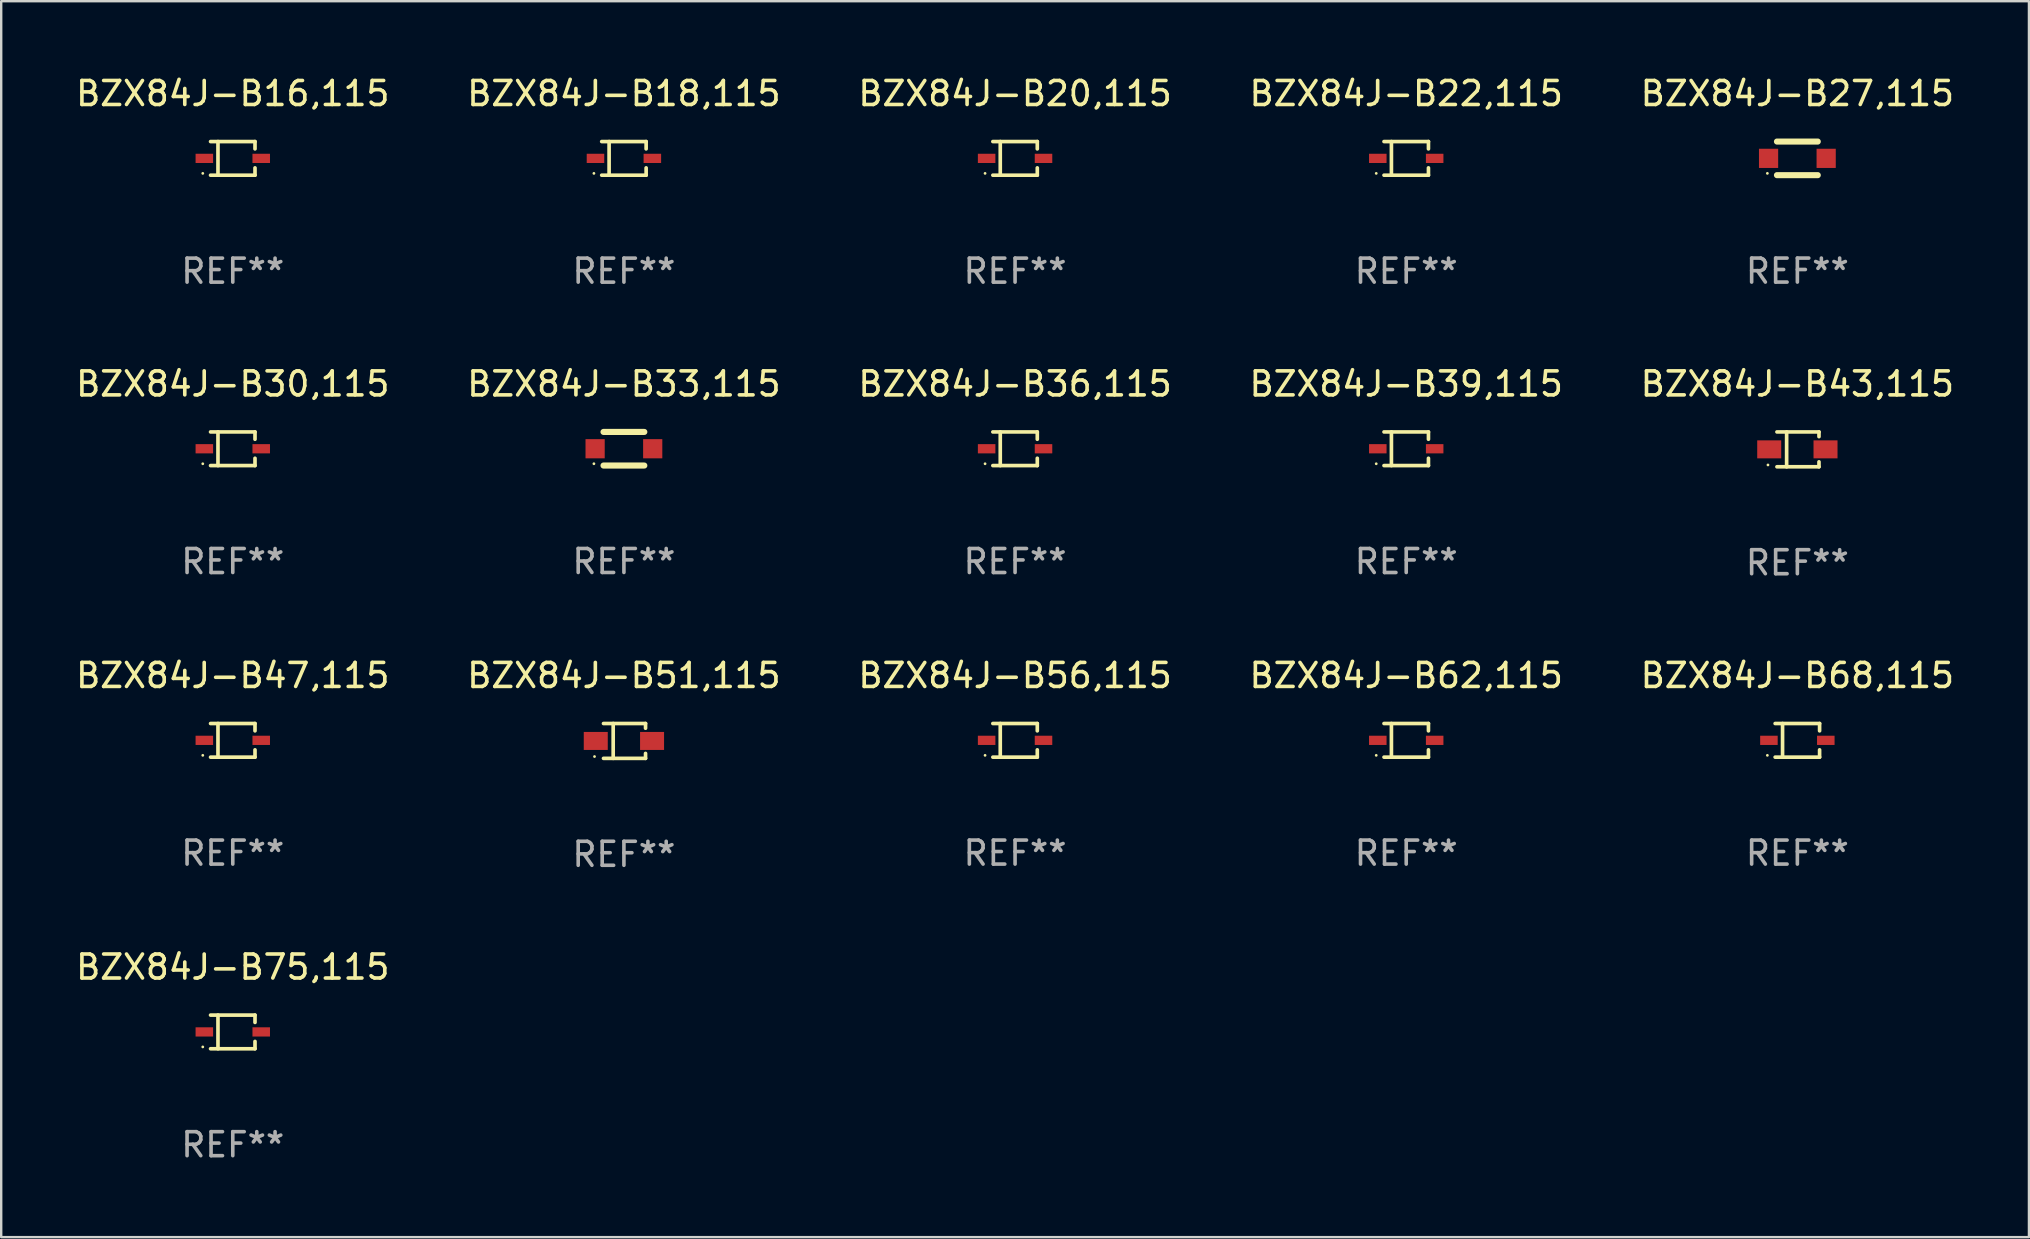
<source format=kicad_pcb>
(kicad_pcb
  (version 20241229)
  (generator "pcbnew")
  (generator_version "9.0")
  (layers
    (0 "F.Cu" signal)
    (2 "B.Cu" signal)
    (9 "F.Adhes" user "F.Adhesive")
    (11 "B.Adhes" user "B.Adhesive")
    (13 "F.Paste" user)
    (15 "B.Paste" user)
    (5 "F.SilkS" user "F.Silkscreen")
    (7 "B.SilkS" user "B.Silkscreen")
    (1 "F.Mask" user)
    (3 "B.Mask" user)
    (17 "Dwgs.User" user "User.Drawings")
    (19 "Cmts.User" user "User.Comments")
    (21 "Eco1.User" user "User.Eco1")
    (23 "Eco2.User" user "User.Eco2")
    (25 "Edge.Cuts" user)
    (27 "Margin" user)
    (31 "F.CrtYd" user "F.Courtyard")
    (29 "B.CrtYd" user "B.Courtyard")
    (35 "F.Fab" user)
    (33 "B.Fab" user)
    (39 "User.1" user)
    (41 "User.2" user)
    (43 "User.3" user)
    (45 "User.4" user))
  (footprint "BZX84J-B47,115"
    (layer "F.Cu")
    (at 6.649 27.797)
    (property "Reference" "BZX84J-B47,115" (at 0 -2.701 0) (layer "F.SilkS") (effects (font (size 1 1) (thickness 0.15))))
    (attr through_hole)
    (fp_line (start -0.926 -0.701) (end 0.926 -0.701) (stroke (width 0.152) (type solid)) (layer "F.SilkS"))
    (fp_line (start -0.926 0.701) (end 0.926 0.701) (stroke (width 0.152) (type solid)) (layer "F.SilkS"))
    (fp_line (start -0.617 -0.701) (end -0.617 0.701) (stroke (width 0.152) (type solid)) (layer "F.SilkS"))
    (fp_line (start 0.926 -0.701) (end 0.926 -0.396) (stroke (width 0.152) (type solid)) (layer "F.SilkS"))
    (fp_line (start 0.926 0.701) (end 0.926 0.396) (stroke (width 0.152) (type solid)) (layer "F.SilkS"))
    (fp_circle (center -1.25 0.625) (end -1.22 0.625) (stroke (width 0.06) (type solid)) (fill no) (layer "F.SilkS"))
    (fp_text user "REF**" (at 0 4.701 0) (layer "F.Fab") (effects (font (size 1 1) (thickness 0.15))))
    (pad "1" smd rect (at -1.185 0 180) (size 0.73 0.385) (layers "F.Cu" "F.Mask" "F.Paste"))
    (pad "2" smd rect (at 1.185 0 180) (size 0.73 0.385) (layers "F.Cu" "F.Mask" "F.Paste")))
  (footprint "BZX84J-B43,115"
    (layer "F.Cu")
    (at 71.839 15.673)
    (property "Reference" "BZX84J-B43,115" (at 0 -2.726 0) (layer "F.SilkS") (effects (font (size 1 1) (thickness 0.15))))
    (attr through_hole)
    (fp_line (start -0.851 -0.726) (end 0.901 -0.726) (stroke (width 0.152) (type solid)) (layer "F.SilkS"))
    (fp_line (start -0.851 0.726) (end 0.901 0.726) (stroke (width 0.152) (type solid)) (layer "F.SilkS"))
    (fp_line (start -0.447 -0.726) (end -0.447 0.726) (stroke (width 0.152) (type solid)) (layer "F.SilkS"))
    (fp_line (start 0.901 -0.726) (end 0.901 -0.53) (stroke (width 0.152) (type solid)) (layer "F.SilkS"))
    (fp_line (start 0.901 0.726) (end 0.901 0.52) (stroke (width 0.152) (type solid)) (layer "F.SilkS"))
    (fp_circle (center -1.225 0.65) (end -1.195 0.65) (stroke (width 0.06) (type solid)) (fill no) (layer "F.SilkS"))
    (fp_text user "REF**" (at 0 4.726 0) (layer "F.Fab") (effects (font (size 1 1) (thickness 0.15))))
    (pad "1" smd rect (at -1.173 0) (size 1 0.75) (layers "F.Cu" "F.Mask" "F.Paste"))
    (pad "2" smd rect (at 1.173 0) (size 1 0.75) (layers "F.Cu" "F.Mask" "F.Paste")))
  (footprint "BZX84J-B22,115"
    (layer "F.Cu")
    (at 55.542 3.549)
    (property "Reference" "BZX84J-B22,115" (at 0 -2.701 0) (layer "F.SilkS") (effects (font (size 1 1) (thickness 0.15))))
    (attr through_hole)
    (fp_line (start -0.926 -0.701) (end 0.926 -0.701) (stroke (width 0.152) (type solid)) (layer "F.SilkS"))
    (fp_line (start -0.926 0.701) (end 0.926 0.701) (stroke (width 0.152) (type solid)) (layer "F.SilkS"))
    (fp_line (start -0.617 -0.701) (end -0.617 0.701) (stroke (width 0.152) (type solid)) (layer "F.SilkS"))
    (fp_line (start 0.926 -0.701) (end 0.926 -0.396) (stroke (width 0.152) (type solid)) (layer "F.SilkS"))
    (fp_line (start 0.926 0.701) (end 0.926 0.396) (stroke (width 0.152) (type solid)) (layer "F.SilkS"))
    (fp_circle (center -1.25 0.625) (end -1.22 0.625) (stroke (width 0.06) (type solid)) (fill no) (layer "F.SilkS"))
    (fp_text user "REF**" (at 0 4.701 0) (layer "F.Fab") (effects (font (size 1 1) (thickness 0.15))))
    (pad "1" smd rect (at -1.185 0 180) (size 0.73 0.385) (layers "F.Cu" "F.Mask" "F.Paste"))
    (pad "2" smd rect (at 1.185 0 180) (size 0.73 0.385) (layers "F.Cu" "F.Mask" "F.Paste")))
  (footprint "BZX84J-B20,115"
    (layer "F.Cu")
    (at 39.244 3.549)
    (property "Reference" "BZX84J-B20,115" (at 0 -2.701 0) (layer "F.SilkS") (effects (font (size 1 1) (thickness 0.15))))
    (attr through_hole)
    (fp_line (start -0.926 -0.701) (end 0.926 -0.701) (stroke (width 0.152) (type solid)) (layer "F.SilkS"))
    (fp_line (start -0.926 0.701) (end 0.926 0.701) (stroke (width 0.152) (type solid)) (layer "F.SilkS"))
    (fp_line (start -0.617 -0.701) (end -0.617 0.701) (stroke (width 0.152) (type solid)) (layer "F.SilkS"))
    (fp_line (start 0.926 -0.701) (end 0.926 -0.396) (stroke (width 0.152) (type solid)) (layer "F.SilkS"))
    (fp_line (start 0.926 0.701) (end 0.926 0.396) (stroke (width 0.152) (type solid)) (layer "F.SilkS"))
    (fp_circle (center -1.25 0.625) (end -1.22 0.625) (stroke (width 0.06) (type solid)) (fill no) (layer "F.SilkS"))
    (fp_text user "REF**" (at 0 4.701 0) (layer "F.Fab") (effects (font (size 1 1) (thickness 0.15))))
    (pad "1" smd rect (at -1.185 0 180) (size 0.73 0.385) (layers "F.Cu" "F.Mask" "F.Paste"))
    (pad "2" smd rect (at 1.185 0 180) (size 0.73 0.385) (layers "F.Cu" "F.Mask" "F.Paste")))
  (footprint "BZX84J-B36,115"
    (layer "F.Cu")
    (at 39.244 15.648)
    (property "Reference" "BZX84J-B36,115" (at 0 -2.701 0) (layer "F.SilkS") (effects (font (size 1 1) (thickness 0.15))))
    (attr through_hole)
    (fp_line (start -0.926 -0.701) (end 0.926 -0.701) (stroke (width 0.152) (type solid)) (layer "F.SilkS"))
    (fp_line (start -0.926 0.701) (end 0.926 0.701) (stroke (width 0.152) (type solid)) (layer "F.SilkS"))
    (fp_line (start -0.617 -0.701) (end -0.617 0.701) (stroke (width 0.152) (type solid)) (layer "F.SilkS"))
    (fp_line (start 0.926 -0.701) (end 0.926 -0.396) (stroke (width 0.152) (type solid)) (layer "F.SilkS"))
    (fp_line (start 0.926 0.701) (end 0.926 0.396) (stroke (width 0.152) (type solid)) (layer "F.SilkS"))
    (fp_circle (center -1.25 0.625) (end -1.22 0.625) (stroke (width 0.06) (type solid)) (fill no) (layer "F.SilkS"))
    (fp_text user "REF**" (at 0 4.701 0) (layer "F.Fab") (effects (font (size 1 1) (thickness 0.15))))
    (pad "1" smd rect (at -1.185 0 180) (size 0.73 0.385) (layers "F.Cu" "F.Mask" "F.Paste"))
    (pad "2" smd rect (at 1.185 0 180) (size 0.73 0.385) (layers "F.Cu" "F.Mask" "F.Paste")))
  (footprint "BZX84J-B33,115"
    (layer "F.Cu")
    (at 22.946 15.647)
    (property "Reference" "BZX84J-B33,115" (at 0 -2.7 0) (layer "F.SilkS") (effects (font (size 1 1) (thickness 0.15))))
    (attr through_hole)
    (fp_line (start -0.85 -0.7) (end 0.85 -0.7) (stroke (width 0.254) (type solid)) (layer "F.SilkS"))
    (fp_line (start -0.85 0.7) (end 0.85 0.7) (stroke (width 0.254) (type solid)) (layer "F.SilkS"))
    (fp_circle (center -1.25 0.625) (end -1.22 0.625) (stroke (width 0.06) (type solid)) (fill no) (layer "F.SilkS"))
    (fp_text user "REF**" (at 0 4.7 0) (layer "F.Fab") (effects (font (size 1 1) (thickness 0.15))))
    (pad "1" smd rect (at -1.2 0) (size 0.8 0.8) (layers "F.Cu" "F.Mask" "F.Paste"))
    (pad "2" smd rect (at 1.2 0) (size 0.8 0.8) (layers "F.Cu" "F.Mask" "F.Paste")))
  (footprint "BZX84J-B39,115"
    (layer "F.Cu")
    (at 55.542 15.648)
    (property "Reference" "BZX84J-B39,115" (at 0 -2.701 0) (layer "F.SilkS") (effects (font (size 1 1) (thickness 0.15))))
    (attr through_hole)
    (fp_line (start -0.926 -0.701) (end 0.926 -0.701) (stroke (width 0.152) (type solid)) (layer "F.SilkS"))
    (fp_line (start -0.926 0.701) (end 0.926 0.701) (stroke (width 0.152) (type solid)) (layer "F.SilkS"))
    (fp_line (start -0.617 -0.701) (end -0.617 0.701) (stroke (width 0.152) (type solid)) (layer "F.SilkS"))
    (fp_line (start 0.926 -0.701) (end 0.926 -0.396) (stroke (width 0.152) (type solid)) (layer "F.SilkS"))
    (fp_line (start 0.926 0.701) (end 0.926 0.396) (stroke (width 0.152) (type solid)) (layer "F.SilkS"))
    (fp_circle (center -1.25 0.625) (end -1.22 0.625) (stroke (width 0.06) (type solid)) (fill no) (layer "F.SilkS"))
    (fp_text user "REF**" (at 0 4.701 0) (layer "F.Fab") (effects (font (size 1 1) (thickness 0.15))))
    (pad "1" smd rect (at -1.185 0 180) (size 0.73 0.385) (layers "F.Cu" "F.Mask" "F.Paste"))
    (pad "2" smd rect (at 1.185 0 180) (size 0.73 0.385) (layers "F.Cu" "F.Mask" "F.Paste")))
  (footprint "BZX84J-B18,115"
    (layer "F.Cu")
    (at 22.946 3.549)
    (property "Reference" "BZX84J-B18,115" (at 0 -2.701 0) (layer "F.SilkS") (effects (font (size 1 1) (thickness 0.15))))
    (attr through_hole)
    (fp_line (start -0.926 -0.701) (end 0.926 -0.701) (stroke (width 0.152) (type solid)) (layer "F.SilkS"))
    (fp_line (start -0.926 0.701) (end 0.926 0.701) (stroke (width 0.152) (type solid)) (layer "F.SilkS"))
    (fp_line (start -0.617 -0.701) (end -0.617 0.701) (stroke (width 0.152) (type solid)) (layer "F.SilkS"))
    (fp_line (start 0.926 -0.701) (end 0.926 -0.396) (stroke (width 0.152) (type solid)) (layer "F.SilkS"))
    (fp_line (start 0.926 0.701) (end 0.926 0.396) (stroke (width 0.152) (type solid)) (layer "F.SilkS"))
    (fp_circle (center -1.25 0.625) (end -1.22 0.625) (stroke (width 0.06) (type solid)) (fill no) (layer "F.SilkS"))
    (fp_text user "REF**" (at 0 4.701 0) (layer "F.Fab") (effects (font (size 1 1) (thickness 0.15))))
    (pad "1" smd rect (at -1.185 0 180) (size 0.73 0.385) (layers "F.Cu" "F.Mask" "F.Paste"))
    (pad "2" smd rect (at 1.185 0 180) (size 0.73 0.385) (layers "F.Cu" "F.Mask" "F.Paste")))
  (footprint "BZX84J-B62,115"
    (layer "F.Cu")
    (at 55.542 27.797)
    (property "Reference" "BZX84J-B62,115" (at 0 -2.701 0) (layer "F.SilkS") (effects (font (size 1 1) (thickness 0.15))))
    (attr through_hole)
    (fp_line (start -0.926 -0.701) (end 0.926 -0.701) (stroke (width 0.152) (type solid)) (layer "F.SilkS"))
    (fp_line (start -0.926 0.701) (end 0.926 0.701) (stroke (width 0.152) (type solid)) (layer "F.SilkS"))
    (fp_line (start -0.617 -0.701) (end -0.617 0.701) (stroke (width 0.152) (type solid)) (layer "F.SilkS"))
    (fp_line (start 0.926 -0.701) (end 0.926 -0.396) (stroke (width 0.152) (type solid)) (layer "F.SilkS"))
    (fp_line (start 0.926 0.701) (end 0.926 0.396) (stroke (width 0.152) (type solid)) (layer "F.SilkS"))
    (fp_circle (center -1.25 0.625) (end -1.22 0.625) (stroke (width 0.06) (type solid)) (fill no) (layer "F.SilkS"))
    (fp_text user "REF**" (at 0 4.701 0) (layer "F.Fab") (effects (font (size 1 1) (thickness 0.15))))
    (pad "1" smd rect (at -1.185 0 180) (size 0.73 0.385) (layers "F.Cu" "F.Mask" "F.Paste"))
    (pad "2" smd rect (at 1.185 0 180) (size 0.73 0.385) (layers "F.Cu" "F.Mask" "F.Paste")))
  (footprint "BZX84J-B56,115"
    (layer "F.Cu")
    (at 39.244 27.797)
    (property "Reference" "BZX84J-B56,115" (at 0 -2.701 0) (layer "F.SilkS") (effects (font (size 1 1) (thickness 0.15))))
    (attr through_hole)
    (fp_line (start -0.926 -0.701) (end 0.926 -0.701) (stroke (width 0.152) (type solid)) (layer "F.SilkS"))
    (fp_line (start -0.926 0.701) (end 0.926 0.701) (stroke (width 0.152) (type solid)) (layer "F.SilkS"))
    (fp_line (start -0.617 -0.701) (end -0.617 0.701) (stroke (width 0.152) (type solid)) (layer "F.SilkS"))
    (fp_line (start 0.926 -0.701) (end 0.926 -0.396) (stroke (width 0.152) (type solid)) (layer "F.SilkS"))
    (fp_line (start 0.926 0.701) (end 0.926 0.396) (stroke (width 0.152) (type solid)) (layer "F.SilkS"))
    (fp_circle (center -1.25 0.625) (end -1.22 0.625) (stroke (width 0.06) (type solid)) (fill no) (layer "F.SilkS"))
    (fp_text user "REF**" (at 0 4.701 0) (layer "F.Fab") (effects (font (size 1 1) (thickness 0.15))))
    (pad "1" smd rect (at -1.185 0 180) (size 0.73 0.385) (layers "F.Cu" "F.Mask" "F.Paste"))
    (pad "2" smd rect (at 1.185 0 180) (size 0.73 0.385) (layers "F.Cu" "F.Mask" "F.Paste")))
  (footprint "BZX84J-B75,115"
    (layer "F.Cu")
    (at 6.649 39.946)
    (property "Reference" "BZX84J-B75,115" (at 0 -2.701 0) (layer "F.SilkS") (effects (font (size 1 1) (thickness 0.15))))
    (attr through_hole)
    (fp_line (start -0.926 -0.701) (end 0.926 -0.701) (stroke (width 0.152) (type solid)) (layer "F.SilkS"))
    (fp_line (start -0.926 0.701) (end 0.926 0.701) (stroke (width 0.152) (type solid)) (layer "F.SilkS"))
    (fp_line (start -0.617 -0.701) (end -0.617 0.701) (stroke (width 0.152) (type solid)) (layer "F.SilkS"))
    (fp_line (start 0.926 -0.701) (end 0.926 -0.396) (stroke (width 0.152) (type solid)) (layer "F.SilkS"))
    (fp_line (start 0.926 0.701) (end 0.926 0.396) (stroke (width 0.152) (type solid)) (layer "F.SilkS"))
    (fp_circle (center -1.25 0.625) (end -1.22 0.625) (stroke (width 0.06) (type solid)) (fill no) (layer "F.SilkS"))
    (fp_text user "REF**" (at 0 4.701 0) (layer "F.Fab") (effects (font (size 1 1) (thickness 0.15))))
    (pad "1" smd rect (at -1.185 0 180) (size 0.73 0.385) (layers "F.Cu" "F.Mask" "F.Paste"))
    (pad "2" smd rect (at 1.185 0 180) (size 0.73 0.385) (layers "F.Cu" "F.Mask" "F.Paste")))
  (footprint "BZX84J-B30,115"
    (layer "F.Cu")
    (at 6.649 15.648)
    (property "Reference" "BZX84J-B30,115" (at 0 -2.701 0) (layer "F.SilkS") (effects (font (size 1 1) (thickness 0.15))))
    (attr through_hole)
    (fp_line (start -0.926 -0.701) (end 0.926 -0.701) (stroke (width 0.152) (type solid)) (layer "F.SilkS"))
    (fp_line (start -0.926 0.701) (end 0.926 0.701) (stroke (width 0.152) (type solid)) (layer "F.SilkS"))
    (fp_line (start -0.617 -0.701) (end -0.617 0.701) (stroke (width 0.152) (type solid)) (layer "F.SilkS"))
    (fp_line (start 0.926 -0.701) (end 0.926 -0.396) (stroke (width 0.152) (type solid)) (layer "F.SilkS"))
    (fp_line (start 0.926 0.701) (end 0.926 0.396) (stroke (width 0.152) (type solid)) (layer "F.SilkS"))
    (fp_circle (center -1.25 0.625) (end -1.22 0.625) (stroke (width 0.06) (type solid)) (fill no) (layer "F.SilkS"))
    (fp_text user "REF**" (at 0 4.701 0) (layer "F.Fab") (effects (font (size 1 1) (thickness 0.15))))
    (pad "1" smd rect (at -1.185 0 180) (size 0.73 0.385) (layers "F.Cu" "F.Mask" "F.Paste"))
    (pad "2" smd rect (at 1.185 0 180) (size 0.73 0.385) (layers "F.Cu" "F.Mask" "F.Paste")))
  (footprint "BZX84J-B27,115"
    (layer "F.Cu")
    (at 71.839 3.548)
    (property "Reference" "BZX84J-B27,115" (at 0 -2.7 0) (layer "F.SilkS") (effects (font (size 1 1) (thickness 0.15))))
    (attr through_hole)
    (fp_line (start -0.85 -0.7) (end 0.85 -0.7) (stroke (width 0.254) (type solid)) (layer "F.SilkS"))
    (fp_line (start -0.85 0.7) (end 0.85 0.7) (stroke (width 0.254) (type solid)) (layer "F.SilkS"))
    (fp_circle (center -1.25 0.625) (end -1.22 0.625) (stroke (width 0.06) (type solid)) (fill no) (layer "F.SilkS"))
    (fp_text user "REF**" (at 0 4.7 0) (layer "F.Fab") (effects (font (size 1 1) (thickness 0.15))))
    (pad "1" smd rect (at -1.2 0) (size 0.8 0.8) (layers "F.Cu" "F.Mask" "F.Paste"))
    (pad "2" smd rect (at 1.2 0) (size 0.8 0.8) (layers "F.Cu" "F.Mask" "F.Paste")))
  (footprint "BZX84J-B51,115"
    (layer "F.Cu")
    (at 22.946 27.822)
    (property "Reference" "BZX84J-B51,115" (at 0 -2.726 0) (layer "F.SilkS") (effects (font (size 1 1) (thickness 0.15))))
    (attr through_hole)
    (fp_line (start -0.851 -0.726) (end 0.901 -0.726) (stroke (width 0.152) (type solid)) (layer "F.SilkS"))
    (fp_line (start -0.851 0.726) (end 0.901 0.726) (stroke (width 0.152) (type solid)) (layer "F.SilkS"))
    (fp_line (start -0.447 -0.726) (end -0.447 0.726) (stroke (width 0.152) (type solid)) (layer "F.SilkS"))
    (fp_line (start 0.901 -0.726) (end 0.901 -0.53) (stroke (width 0.152) (type solid)) (layer "F.SilkS"))
    (fp_line (start 0.901 0.726) (end 0.901 0.52) (stroke (width 0.152) (type solid)) (layer "F.SilkS"))
    (fp_circle (center -1.225 0.65) (end -1.195 0.65) (stroke (width 0.06) (type solid)) (fill no) (layer "F.SilkS"))
    (fp_text user "REF**" (at 0 4.726 0) (layer "F.Fab") (effects (font (size 1 1) (thickness 0.15))))
    (pad "1" smd rect (at -1.173 0) (size 1 0.75) (layers "F.Cu" "F.Mask" "F.Paste"))
    (pad "2" smd rect (at 1.173 0) (size 1 0.75) (layers "F.Cu" "F.Mask" "F.Paste")))
  (footprint "BZX84J-B16,115"
    (layer "F.Cu")
    (at 6.649 3.549)
    (property "Reference" "BZX84J-B16,115" (at 0 -2.701 0) (layer "F.SilkS") (effects (font (size 1 1) (thickness 0.15))))
    (attr through_hole)
    (fp_line (start -0.926 -0.701) (end 0.926 -0.701) (stroke (width 0.152) (type solid)) (layer "F.SilkS"))
    (fp_line (start -0.926 0.701) (end 0.926 0.701) (stroke (width 0.152) (type solid)) (layer "F.SilkS"))
    (fp_line (start -0.617 -0.701) (end -0.617 0.701) (stroke (width 0.152) (type solid)) (layer "F.SilkS"))
    (fp_line (start 0.926 -0.701) (end 0.926 -0.396) (stroke (width 0.152) (type solid)) (layer "F.SilkS"))
    (fp_line (start 0.926 0.701) (end 0.926 0.396) (stroke (width 0.152) (type solid)) (layer "F.SilkS"))
    (fp_circle (center -1.25 0.625) (end -1.22 0.625) (stroke (width 0.06) (type solid)) (fill no) (layer "F.SilkS"))
    (fp_text user "REF**" (at 0 4.701 0) (layer "F.Fab") (effects (font (size 1 1) (thickness 0.15))))
    (pad "1" smd rect (at -1.185 0 180) (size 0.73 0.385) (layers "F.Cu" "F.Mask" "F.Paste"))
    (pad "2" smd rect (at 1.185 0 180) (size 0.73 0.385) (layers "F.Cu" "F.Mask" "F.Paste")))
  (footprint "BZX84J-B68,115"
    (layer "F.Cu")
    (at 71.839 27.797)
    (property "Reference" "BZX84J-B68,115" (at 0 -2.701 0) (layer "F.SilkS") (effects (font (size 1 1) (thickness 0.15))))
    (attr through_hole)
    (fp_line (start -0.926 -0.701) (end 0.926 -0.701) (stroke (width 0.152) (type solid)) (layer "F.SilkS"))
    (fp_line (start -0.926 0.701) (end 0.926 0.701) (stroke (width 0.152) (type solid)) (layer "F.SilkS"))
    (fp_line (start -0.617 -0.701) (end -0.617 0.701) (stroke (width 0.152) (type solid)) (layer "F.SilkS"))
    (fp_line (start 0.926 -0.701) (end 0.926 -0.396) (stroke (width 0.152) (type solid)) (layer "F.SilkS"))
    (fp_line (start 0.926 0.701) (end 0.926 0.396) (stroke (width 0.152) (type solid)) (layer "F.SilkS"))
    (fp_circle (center -1.25 0.625) (end -1.22 0.625) (stroke (width 0.06) (type solid)) (fill no) (layer "F.SilkS"))
    (fp_text user "REF**" (at 0 4.701 0) (layer "F.Fab") (effects (font (size 1 1) (thickness 0.15))))
    (pad "1" smd rect (at -1.185 0 180) (size 0.73 0.385) (layers "F.Cu" "F.Mask" "F.Paste"))
    (pad "2" smd rect (at 1.185 0 180) (size 0.73 0.385) (layers "F.Cu" "F.Mask" "F.Paste")))
  (gr_rect
    (start -3 -3)
    (end 81.488 48.496)
    (stroke (width 0.1) (type default))
    (fill no)
    (layer "Edge.Cuts")))
</source>
